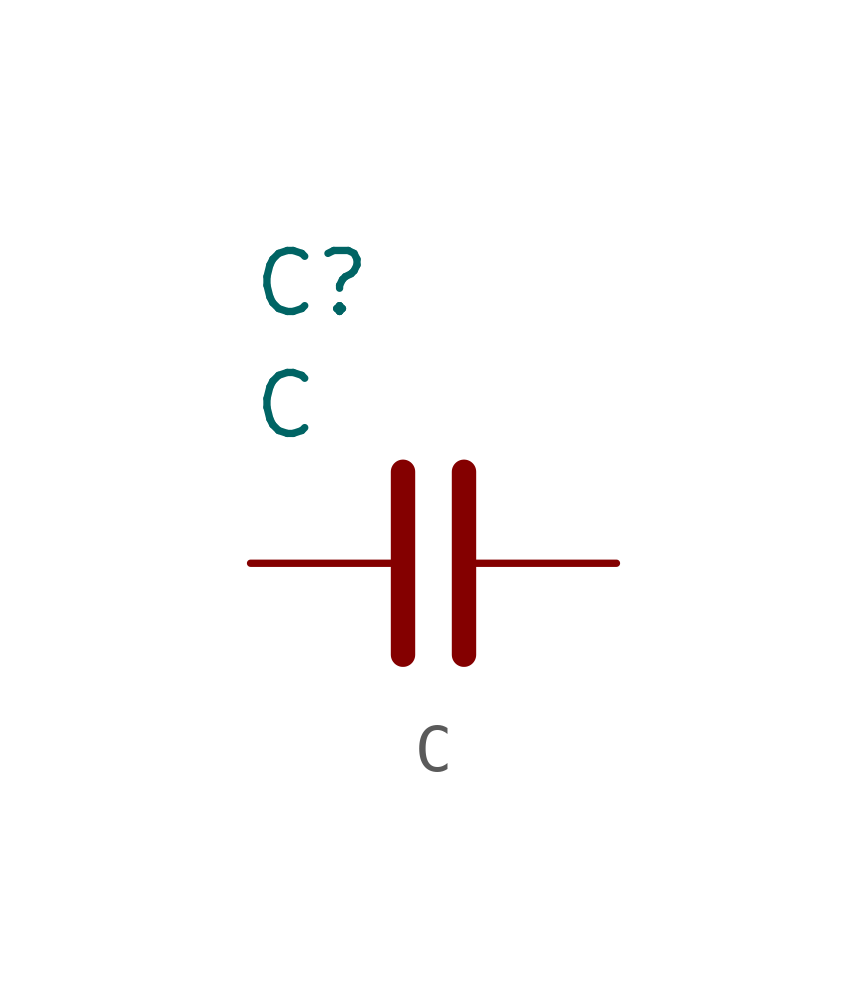
<source format=kicad_sym>
(kicad_symbol_lib
  (version 20231120)
  (generator "kicad_symbol_editor")
  (generator_version "8.0")
  (symbol "C"
    (pin_numbers hide)
    (pin_names
      (offset 1.016))
    (property "Reference" "C"
      (at -3.81 5.08 0)
      (effects (font (size 1.27 1.27)) (justify left bottom)))
    (property "Value" "C"
      (at -3.81 2.54 0)
      (effects (font (size 1.27 1.27)) (justify left bottom)))
    (symbol "C_0_1"
      (polyline (pts (xy -0.635 1.905) (xy -0.635 -1.905)) (stroke (width 0.508) (type solid)) (fill (type none)))
      (polyline (pts (xy 0.635 1.905) (xy 0.635 -1.905)) (stroke (width 0.508) (type solid)) (fill (type none))))
    (symbol "C_1_1"
      (pin passive line (at -3.81 0 0) (length 2.921) (name "~" (effects (font (size 1.27 1.27)))) (number "1" (effects (font (size 1.27 1.27)))))
      (pin passive line (at 3.81 0 180) (length 2.921) (name "~" (effects (font (size 1.27 1.27)))) (number "2" (effects (font (size 1.27 1.27))))))))
</source>
